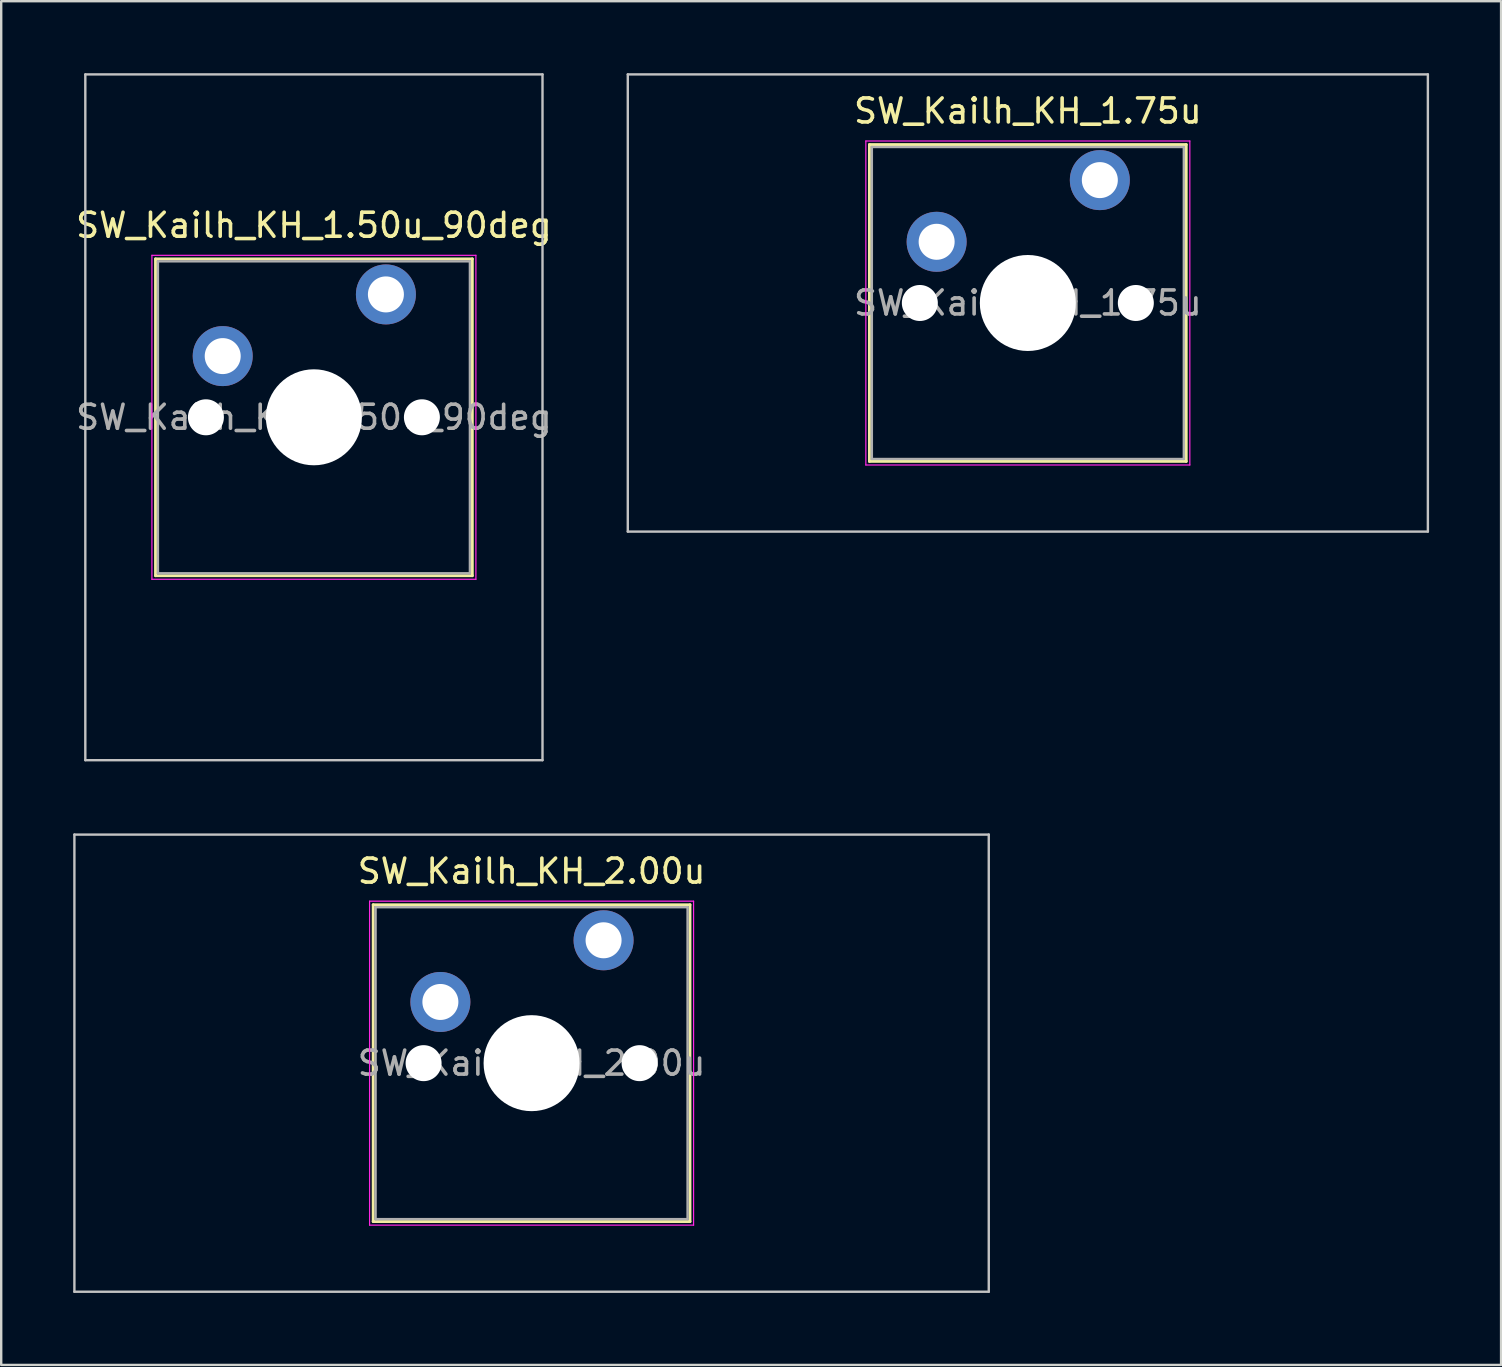
<source format=kicad_pcb>
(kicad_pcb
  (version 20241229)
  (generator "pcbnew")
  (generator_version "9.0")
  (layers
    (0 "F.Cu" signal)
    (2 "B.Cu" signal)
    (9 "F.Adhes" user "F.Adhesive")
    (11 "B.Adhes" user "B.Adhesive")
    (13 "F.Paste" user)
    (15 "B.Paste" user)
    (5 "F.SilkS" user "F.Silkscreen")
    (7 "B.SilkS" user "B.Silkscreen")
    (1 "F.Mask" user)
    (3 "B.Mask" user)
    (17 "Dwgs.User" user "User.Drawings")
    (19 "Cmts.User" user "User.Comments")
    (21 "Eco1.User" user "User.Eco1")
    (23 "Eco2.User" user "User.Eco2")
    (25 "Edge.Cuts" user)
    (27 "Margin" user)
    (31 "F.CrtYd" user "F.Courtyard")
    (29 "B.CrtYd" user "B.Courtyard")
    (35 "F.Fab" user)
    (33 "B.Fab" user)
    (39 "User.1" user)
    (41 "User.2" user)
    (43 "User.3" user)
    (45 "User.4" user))
  (footprint "SW_Kailh_KH_1.50u_90deg"
    (layer "F.Cu")
    (at 10.03 14.338)
    (property "Reference" "SW_Kailh_KH_1.50u_90deg" (at 0 -8 0) (layer "F.SilkS") (effects (font (size 1 1) (thickness 0.15))))
    (attr through_hole)
    (fp_line (start -6.6 -6.6) (end -6.6 6.6) (stroke (width 0.12) (type solid)) (layer "F.SilkS"))
    (fp_line (start -6.6 6.6) (end 6.6 6.6) (stroke (width 0.12) (type solid)) (layer "F.SilkS"))
    (fp_line (start 6.6 -6.6) (end -6.6 -6.6) (stroke (width 0.12) (type solid)) (layer "F.SilkS"))
    (fp_line (start 6.6 6.6) (end 6.6 -6.6) (stroke (width 0.12) (type solid)) (layer "F.SilkS"))
    (fp_line (start -9.525 -14.287) (end 9.525 -14.287) (stroke (width 0.1) (type solid)) (layer "Dwgs.User"))
    (fp_line (start -9.525 14.287) (end -9.525 -14.287) (stroke (width 0.1) (type solid)) (layer "Dwgs.User"))
    (fp_line (start 9.525 -14.287) (end 9.525 14.287) (stroke (width 0.1) (type solid)) (layer "Dwgs.User"))
    (fp_line (start 9.525 14.287) (end -9.525 14.287) (stroke (width 0.1) (type solid)) (layer "Dwgs.User"))
    (fp_line (start -6.1 -6.1) (end -6.1 6.1) (stroke (width 0.1) (type solid)) (layer "Eco1.User"))
    (fp_line (start -6.1 6.1) (end 6.1 6.1) (stroke (width 0.1) (type solid)) (layer "Eco1.User"))
    (fp_line (start 6.1 -6.1) (end -6.1 -6.1) (stroke (width 0.1) (type solid)) (layer "Eco1.User"))
    (fp_line (start 6.1 6.1) (end 6.1 -6.1) (stroke (width 0.1) (type solid)) (layer "Eco1.User"))
    (fp_line (start -6.75 -6.75) (end -6.75 6.75) (stroke (width 0.05) (type solid)) (layer "F.CrtYd"))
    (fp_line (start -6.75 6.75) (end 6.75 6.75) (stroke (width 0.05) (type solid)) (layer "F.CrtYd"))
    (fp_line (start 6.75 -6.75) (end -6.75 -6.75) (stroke (width 0.05) (type solid)) (layer "F.CrtYd"))
    (fp_line (start 6.75 6.75) (end 6.75 -6.75) (stroke (width 0.05) (type solid)) (layer "F.CrtYd"))
    (fp_line (start -6.5 -6.5) (end -6.5 6.5) (stroke (width 0.1) (type solid)) (layer "F.Fab"))
    (fp_line (start -6.5 6.5) (end 6.5 6.5) (stroke (width 0.1) (type solid)) (layer "F.Fab"))
    (fp_line (start 6.5 -6.5) (end -6.5 -6.5) (stroke (width 0.1) (type solid)) (layer "F.Fab"))
    (fp_line (start 6.5 6.5) (end 6.5 -6.5) (stroke (width 0.1) (type solid)) (layer "F.Fab"))
    (fp_text user "${REFERENCE}" (at 0 0 0) (layer "F.Fab") (effects (font (size 1 1) (thickness 0.15))))
    (pad "" np_thru_hole circle (at -4.5 0) (size 1.5 1.5) (drill 1.5) (layers "*.Cu" "*.Mask"))
    (pad "" np_thru_hole circle (at 0 0) (size 4 4) (drill 4) (layers "*.Cu" "*.Mask"))
    (pad "" np_thru_hole circle (at 4.5 0) (size 1.5 1.5) (drill 1.5) (layers "*.Cu" "*.Mask"))
    (pad "1" thru_hole circle (at -3.8 -2.55) (size 2.5 2.5) (drill 1.5) (layers "*.Cu" "*.Mask"))
    (pad "2" thru_hole circle (at 3 -5.12) (size 2.5 2.5) (drill 1.5) (layers "*.Cu" "*.Mask")))
  (footprint "SW_Kailh_KH_2.00u"
    (layer "F.Cu")
    (at 19.1 41.25)
    (property "Reference" "SW_Kailh_KH_2.00u" (at 0 -8 0) (layer "F.SilkS") (effects (font (size 1 1) (thickness 0.15))))
    (attr through_hole)
    (fp_line (start -6.6 -6.6) (end -6.6 6.6) (stroke (width 0.12) (type solid)) (layer "F.SilkS"))
    (fp_line (start -6.6 6.6) (end 6.6 6.6) (stroke (width 0.12) (type solid)) (layer "F.SilkS"))
    (fp_line (start 6.6 -6.6) (end -6.6 -6.6) (stroke (width 0.12) (type solid)) (layer "F.SilkS"))
    (fp_line (start 6.6 6.6) (end 6.6 -6.6) (stroke (width 0.12) (type solid)) (layer "F.SilkS"))
    (fp_line (start -19.05 -9.525) (end -19.05 9.525) (stroke (width 0.1) (type solid)) (layer "Dwgs.User"))
    (fp_line (start -19.05 9.525) (end 19.05 9.525) (stroke (width 0.1) (type solid)) (layer "Dwgs.User"))
    (fp_line (start 19.05 -9.525) (end -19.05 -9.525) (stroke (width 0.1) (type solid)) (layer "Dwgs.User"))
    (fp_line (start 19.05 9.525) (end 19.05 -9.525) (stroke (width 0.1) (type solid)) (layer "Dwgs.User"))
    (fp_line (start -6.1 -6.1) (end -6.1 6.1) (stroke (width 0.1) (type solid)) (layer "Eco1.User"))
    (fp_line (start -6.1 6.1) (end 6.1 6.1) (stroke (width 0.1) (type solid)) (layer "Eco1.User"))
    (fp_line (start 6.1 -6.1) (end -6.1 -6.1) (stroke (width 0.1) (type solid)) (layer "Eco1.User"))
    (fp_line (start 6.1 6.1) (end 6.1 -6.1) (stroke (width 0.1) (type solid)) (layer "Eco1.User"))
    (fp_line (start -6.75 -6.75) (end -6.75 6.75) (stroke (width 0.05) (type solid)) (layer "F.CrtYd"))
    (fp_line (start -6.75 6.75) (end 6.75 6.75) (stroke (width 0.05) (type solid)) (layer "F.CrtYd"))
    (fp_line (start 6.75 -6.75) (end -6.75 -6.75) (stroke (width 0.05) (type solid)) (layer "F.CrtYd"))
    (fp_line (start 6.75 6.75) (end 6.75 -6.75) (stroke (width 0.05) (type solid)) (layer "F.CrtYd"))
    (fp_line (start -6.5 -6.5) (end -6.5 6.5) (stroke (width 0.1) (type solid)) (layer "F.Fab"))
    (fp_line (start -6.5 6.5) (end 6.5 6.5) (stroke (width 0.1) (type solid)) (layer "F.Fab"))
    (fp_line (start 6.5 -6.5) (end -6.5 -6.5) (stroke (width 0.1) (type solid)) (layer "F.Fab"))
    (fp_line (start 6.5 6.5) (end 6.5 -6.5) (stroke (width 0.1) (type solid)) (layer "F.Fab"))
    (fp_text user "${REFERENCE}" (at 0 0 0) (layer "F.Fab") (effects (font (size 1 1) (thickness 0.15))))
    (pad "" np_thru_hole circle (at -4.5 0) (size 1.5 1.5) (drill 1.5) (layers "*.Cu" "*.Mask"))
    (pad "" np_thru_hole circle (at 0 0) (size 4 4) (drill 4) (layers "*.Cu" "*.Mask"))
    (pad "" np_thru_hole circle (at 4.5 0) (size 1.5 1.5) (drill 1.5) (layers "*.Cu" "*.Mask"))
    (pad "1" thru_hole circle (at -3.8 -2.55) (size 2.5 2.5) (drill 1.5) (layers "*.Cu" "*.Mask"))
    (pad "2" thru_hole circle (at 3 -5.12) (size 2.5 2.5) (drill 1.5) (layers "*.Cu" "*.Mask")))
  (footprint "SW_Kailh_KH_1.75u"
    (layer "F.Cu")
    (at 39.778 9.575)
    (property "Reference" "SW_Kailh_KH_1.75u" (at 0 -8 0) (layer "F.SilkS") (effects (font (size 1 1) (thickness 0.15))))
    (attr through_hole)
    (fp_line (start -6.6 -6.6) (end -6.6 6.6) (stroke (width 0.12) (type solid)) (layer "F.SilkS"))
    (fp_line (start -6.6 6.6) (end 6.6 6.6) (stroke (width 0.12) (type solid)) (layer "F.SilkS"))
    (fp_line (start 6.6 -6.6) (end -6.6 -6.6) (stroke (width 0.12) (type solid)) (layer "F.SilkS"))
    (fp_line (start 6.6 6.6) (end 6.6 -6.6) (stroke (width 0.12) (type solid)) (layer "F.SilkS"))
    (fp_line (start -16.669 -9.525) (end -16.669 9.525) (stroke (width 0.1) (type solid)) (layer "Dwgs.User"))
    (fp_line (start -16.669 9.525) (end 16.669 9.525) (stroke (width 0.1) (type solid)) (layer "Dwgs.User"))
    (fp_line (start 16.669 -9.525) (end -16.669 -9.525) (stroke (width 0.1) (type solid)) (layer "Dwgs.User"))
    (fp_line (start 16.669 9.525) (end 16.669 -9.525) (stroke (width 0.1) (type solid)) (layer "Dwgs.User"))
    (fp_line (start -6.1 -6.1) (end -6.1 6.1) (stroke (width 0.1) (type solid)) (layer "Eco1.User"))
    (fp_line (start -6.1 6.1) (end 6.1 6.1) (stroke (width 0.1) (type solid)) (layer "Eco1.User"))
    (fp_line (start 6.1 -6.1) (end -6.1 -6.1) (stroke (width 0.1) (type solid)) (layer "Eco1.User"))
    (fp_line (start 6.1 6.1) (end 6.1 -6.1) (stroke (width 0.1) (type solid)) (layer "Eco1.User"))
    (fp_line (start -6.75 -6.75) (end -6.75 6.75) (stroke (width 0.05) (type solid)) (layer "F.CrtYd"))
    (fp_line (start -6.75 6.75) (end 6.75 6.75) (stroke (width 0.05) (type solid)) (layer "F.CrtYd"))
    (fp_line (start 6.75 -6.75) (end -6.75 -6.75) (stroke (width 0.05) (type solid)) (layer "F.CrtYd"))
    (fp_line (start 6.75 6.75) (end 6.75 -6.75) (stroke (width 0.05) (type solid)) (layer "F.CrtYd"))
    (fp_line (start -6.5 -6.5) (end -6.5 6.5) (stroke (width 0.1) (type solid)) (layer "F.Fab"))
    (fp_line (start -6.5 6.5) (end 6.5 6.5) (stroke (width 0.1) (type solid)) (layer "F.Fab"))
    (fp_line (start 6.5 -6.5) (end -6.5 -6.5) (stroke (width 0.1) (type solid)) (layer "F.Fab"))
    (fp_line (start 6.5 6.5) (end 6.5 -6.5) (stroke (width 0.1) (type solid)) (layer "F.Fab"))
    (fp_text user "${REFERENCE}" (at 0 0 0) (layer "F.Fab") (effects (font (size 1 1) (thickness 0.15))))
    (pad "" np_thru_hole circle (at -4.5 0) (size 1.5 1.5) (drill 1.5) (layers "*.Cu" "*.Mask"))
    (pad "" np_thru_hole circle (at 0 0) (size 4 4) (drill 4) (layers "*.Cu" "*.Mask"))
    (pad "" np_thru_hole circle (at 4.5 0) (size 1.5 1.5) (drill 1.5) (layers "*.Cu" "*.Mask"))
    (pad "1" thru_hole circle (at -3.8 -2.55) (size 2.5 2.5) (drill 1.5) (layers "*.Cu" "*.Mask"))
    (pad "2" thru_hole circle (at 3 -5.12) (size 2.5 2.5) (drill 1.5) (layers "*.Cu" "*.Mask")))
  (gr_rect
    (start -3 -3)
    (end 59.497 53.825)
    (stroke (width 0.1) (type default))
    (fill no)
    (layer "Edge.Cuts")))
</source>
